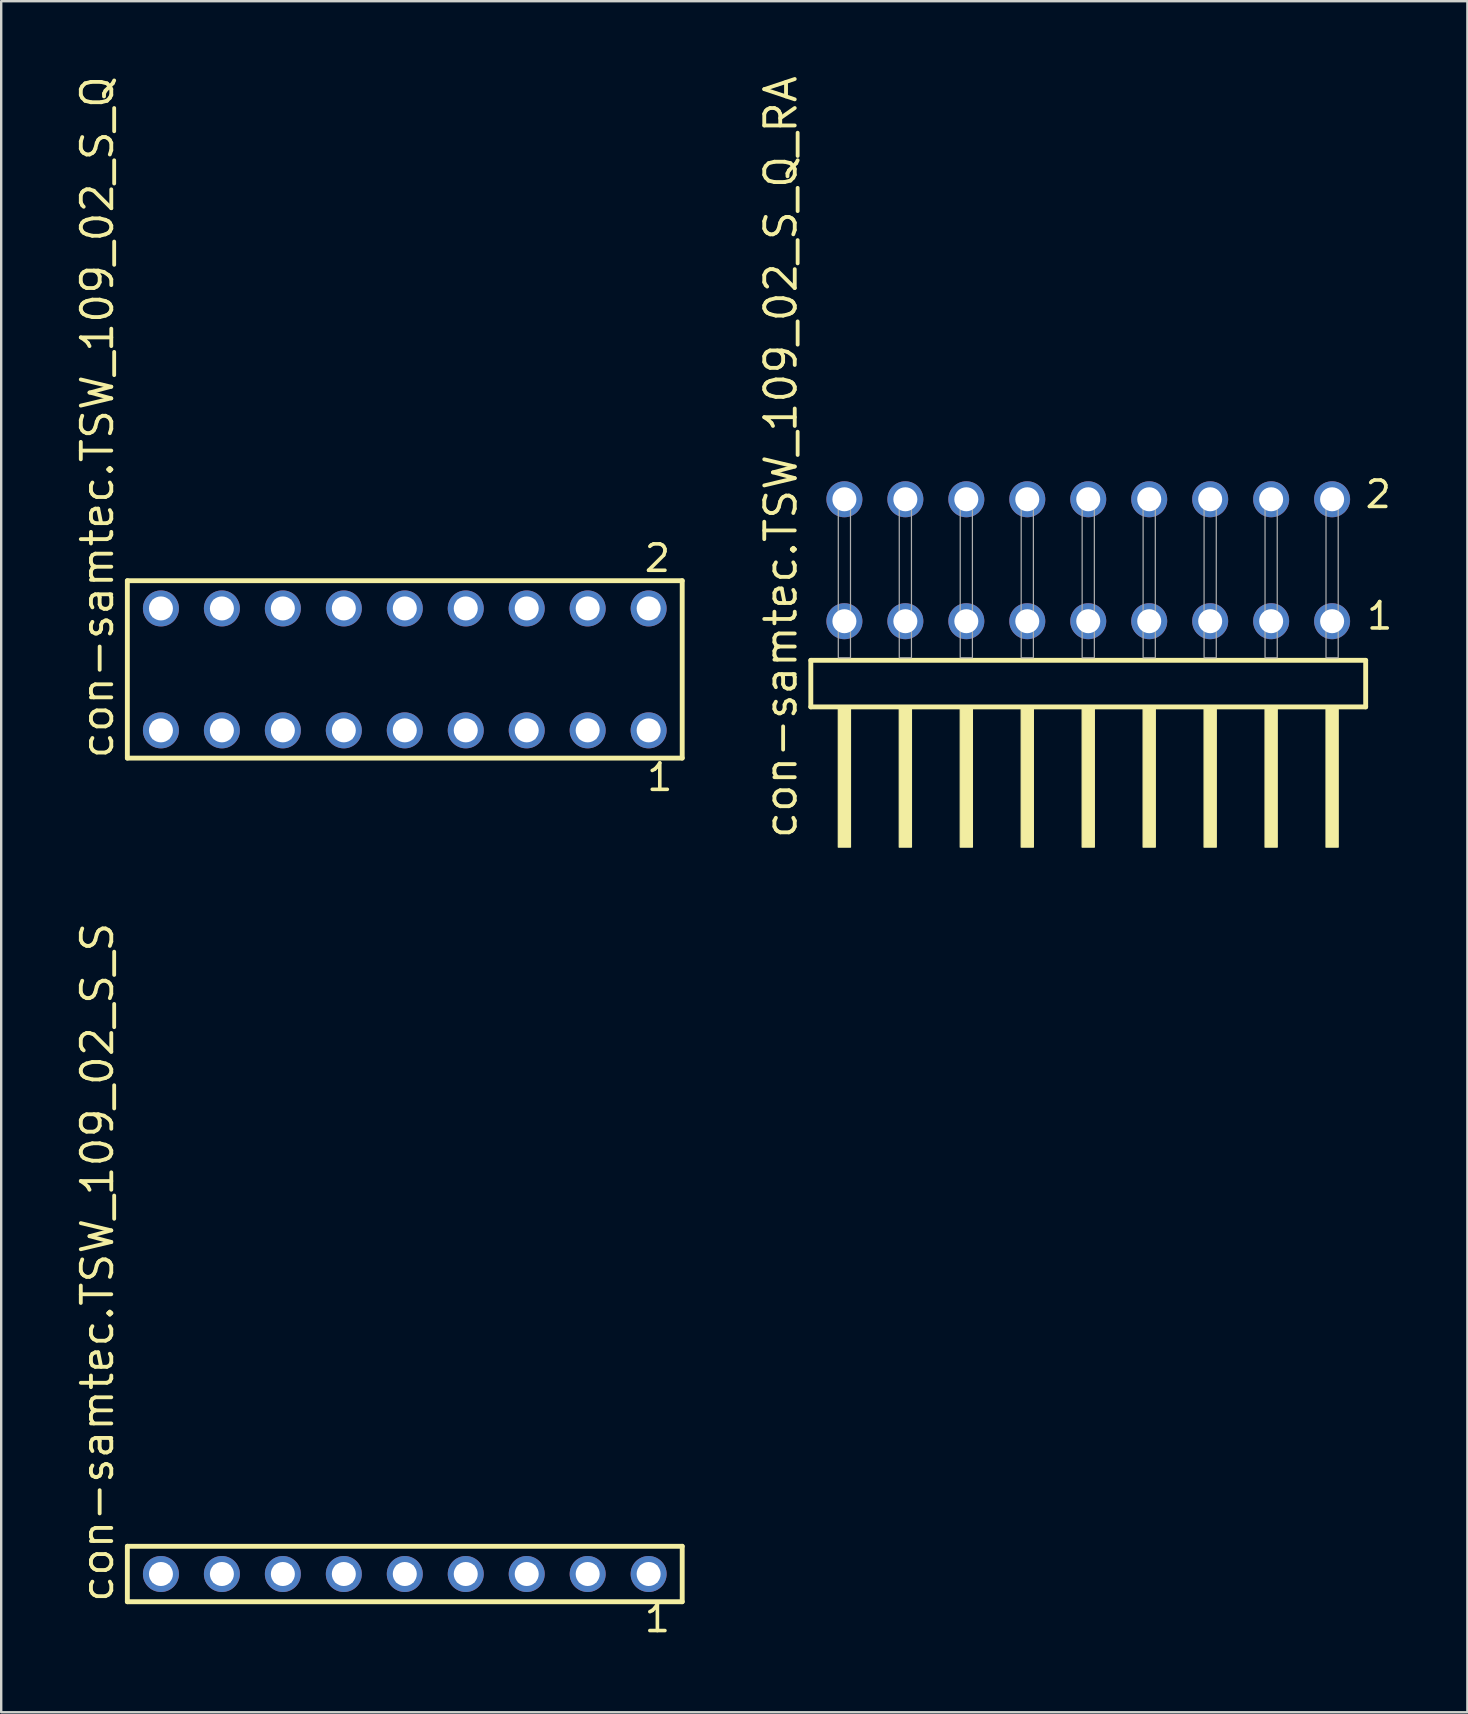
<source format=kicad_pcb>
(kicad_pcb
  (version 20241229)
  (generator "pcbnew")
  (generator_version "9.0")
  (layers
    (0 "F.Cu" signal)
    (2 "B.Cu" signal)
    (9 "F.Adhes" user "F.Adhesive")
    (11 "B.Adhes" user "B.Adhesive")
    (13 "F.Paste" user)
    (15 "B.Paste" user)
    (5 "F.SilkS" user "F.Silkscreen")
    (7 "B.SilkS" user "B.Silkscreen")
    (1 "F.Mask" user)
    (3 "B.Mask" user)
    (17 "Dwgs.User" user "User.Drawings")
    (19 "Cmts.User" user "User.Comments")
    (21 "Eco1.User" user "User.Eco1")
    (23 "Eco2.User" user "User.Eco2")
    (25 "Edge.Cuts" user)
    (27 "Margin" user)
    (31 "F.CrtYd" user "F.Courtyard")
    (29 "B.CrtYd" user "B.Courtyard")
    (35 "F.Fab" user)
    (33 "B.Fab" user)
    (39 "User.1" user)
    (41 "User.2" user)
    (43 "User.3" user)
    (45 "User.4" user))
  (footprint "con-samtec.TSW_109_02_S_Q"
    (layer "F.Cu")
    (at 13.815 24.84)
    (property "Reference" "con-samtec.TSW_109_02_S_Q" (at -12.065 3.81 90) (layer "F.SilkS") (effects (font (size 1.27 1.27) (thickness 0.16)) (justify left bottom)))
    (attr through_hole)
    (fp_line (start -11.559 -3.695) (end 11.559 -3.695) (stroke (width 0.203) (type default)) (layer "F.SilkS"))
    (fp_line (start -11.559 3.695) (end -11.559 -3.695) (stroke (width 0.203) (type default)) (layer "F.SilkS"))
    (fp_line (start 11.559 -3.695) (end 11.559 3.695) (stroke (width 0.203) (type default)) (layer "F.SilkS"))
    (fp_line (start 11.559 3.695) (end -11.559 3.695) (stroke (width 0.203) (type default)) (layer "F.SilkS"))
    (fp_rect (start -10.51 -2.19) (end -9.81 -2.89) (stroke (width 0.05) (type default)) (fill no) (layer "F.Fab"))
    (fp_rect (start -10.51 2.89) (end -9.81 2.19) (stroke (width 0.05) (type default)) (fill no) (layer "F.Fab"))
    (fp_rect (start -7.97 -2.19) (end -7.27 -2.89) (stroke (width 0.05) (type default)) (fill no) (layer "F.Fab"))
    (fp_rect (start -7.97 2.89) (end -7.27 2.19) (stroke (width 0.05) (type default)) (fill no) (layer "F.Fab"))
    (fp_rect (start -5.43 -2.19) (end -4.73 -2.89) (stroke (width 0.05) (type default)) (fill no) (layer "F.Fab"))
    (fp_rect (start -5.43 2.89) (end -4.73 2.19) (stroke (width 0.05) (type default)) (fill no) (layer "F.Fab"))
    (fp_rect (start -2.89 -2.19) (end -2.19 -2.89) (stroke (width 0.05) (type default)) (fill no) (layer "F.Fab"))
    (fp_rect (start -2.89 2.89) (end -2.19 2.19) (stroke (width 0.05) (type default)) (fill no) (layer "F.Fab"))
    (fp_rect (start -0.35 -2.19) (end 0.35 -2.89) (stroke (width 0.05) (type default)) (fill no) (layer "F.Fab"))
    (fp_rect (start -0.35 2.89) (end 0.35 2.19) (stroke (width 0.05) (type default)) (fill no) (layer "F.Fab"))
    (fp_rect (start 2.19 -2.19) (end 2.89 -2.89) (stroke (width 0.05) (type default)) (fill no) (layer "F.Fab"))
    (fp_rect (start 2.19 2.89) (end 2.89 2.19) (stroke (width 0.05) (type default)) (fill no) (layer "F.Fab"))
    (fp_rect (start 4.73 -2.19) (end 5.43 -2.89) (stroke (width 0.05) (type default)) (fill no) (layer "F.Fab"))
    (fp_rect (start 4.73 2.89) (end 5.43 2.19) (stroke (width 0.05) (type default)) (fill no) (layer "F.Fab"))
    (fp_rect (start 7.27 -2.19) (end 7.97 -2.89) (stroke (width 0.05) (type default)) (fill no) (layer "F.Fab"))
    (fp_rect (start 7.27 2.89) (end 7.97 2.19) (stroke (width 0.05) (type default)) (fill no) (layer "F.Fab"))
    (fp_rect (start 9.81 -2.19) (end 10.51 -2.89) (stroke (width 0.05) (type default)) (fill no) (layer "F.Fab"))
    (fp_rect (start 9.81 2.89) (end 10.51 2.19) (stroke (width 0.05) (type default)) (fill no) (layer "F.Fab"))
    (fp_text user "1" (at 10.002 5.138 0) (layer "F.SilkS") (effects (font (size 1.1 1.1) (thickness 0.15)) (justify left bottom)))
    (fp_text user "2" (at 9.902 -3.989 0) (layer "F.SilkS") (effects (font (size 1.1 1.1) (thickness 0.15)) (justify left bottom)))
    (pad "1" thru_hole circle (at 10.16 2.54 180) (size 1.5 1.5) (drill 1) (layers "*.Cu" "*.Mask"))
    (pad "2" thru_hole circle (at 10.16 -2.54 180) (size 1.5 1.5) (drill 1) (layers "*.Cu" "*.Mask"))
    (pad "3" thru_hole circle (at 7.62 2.54 180) (size 1.5 1.5) (drill 1) (layers "*.Cu" "*.Mask"))
    (pad "4" thru_hole circle (at 7.62 -2.54 180) (size 1.5 1.5) (drill 1) (layers "*.Cu" "*.Mask"))
    (pad "5" thru_hole circle (at 5.08 2.54 180) (size 1.5 1.5) (drill 1) (layers "*.Cu" "*.Mask"))
    (pad "6" thru_hole circle (at 5.08 -2.54 180) (size 1.5 1.5) (drill 1) (layers "*.Cu" "*.Mask"))
    (pad "7" thru_hole circle (at 2.54 2.54 180) (size 1.5 1.5) (drill 1) (layers "*.Cu" "*.Mask"))
    (pad "8" thru_hole circle (at 2.54 -2.54 180) (size 1.5 1.5) (drill 1) (layers "*.Cu" "*.Mask"))
    (pad "9" thru_hole circle (at 0 2.54 180) (size 1.5 1.5) (drill 1) (layers "*.Cu" "*.Mask"))
    (pad "10" thru_hole circle (at 0 -2.54 180) (size 1.5 1.5) (drill 1) (layers "*.Cu" "*.Mask"))
    (pad "11" thru_hole circle (at -2.54 2.54 180) (size 1.5 1.5) (drill 1) (layers "*.Cu" "*.Mask"))
    (pad "12" thru_hole circle (at -2.54 -2.54 180) (size 1.5 1.5) (drill 1) (layers "*.Cu" "*.Mask"))
    (pad "13" thru_hole circle (at -5.08 2.54 180) (size 1.5 1.5) (drill 1) (layers "*.Cu" "*.Mask"))
    (pad "14" thru_hole circle (at -5.08 -2.54 180) (size 1.5 1.5) (drill 1) (layers "*.Cu" "*.Mask"))
    (pad "15" thru_hole circle (at -7.62 2.54 180) (size 1.5 1.5) (drill 1) (layers "*.Cu" "*.Mask"))
    (pad "16" thru_hole circle (at -7.62 -2.54 180) (size 1.5 1.5) (drill 1) (layers "*.Cu" "*.Mask"))
    (pad "17" thru_hole circle (at -10.16 2.54 180) (size 1.5 1.5) (drill 1) (layers "*.Cu" "*.Mask"))
    (pad "18" thru_hole circle (at -10.16 -2.54 180) (size 1.5 1.5) (drill 1) (layers "*.Cu" "*.Mask")))
  (footprint "con-samtec.TSW_109_02_S_Q_RA"
    (layer "F.Cu")
    (at 42.291 24.356)
    (property "Reference" "con-samtec.TSW_109_02_S_Q_RA" (at -12.065 7.62 90) (layer "F.SilkS") (effects (font (size 1.27 1.27) (thickness 0.16)) (justify left bottom)))
    (attr through_hole)
    (fp_line (start -11.559 0.106) (end -11.559 2.046) (stroke (width 0.203) (type default)) (layer "F.SilkS"))
    (fp_line (start -11.559 2.046) (end 11.559 2.046) (stroke (width 0.203) (type default)) (layer "F.SilkS"))
    (fp_line (start 11.559 0.106) (end -11.559 0.106) (stroke (width 0.203) (type default)) (layer "F.SilkS"))
    (fp_line (start 11.559 2.046) (end 11.559 0.106) (stroke (width 0.203) (type default)) (layer "F.SilkS"))
    (fp_rect (start -10.414 7.89) (end -9.906 2.04) (stroke (width 0.05) (type default)) (fill yes) (layer "F.SilkS"))
    (fp_rect (start -7.874 7.89) (end -7.366 2.04) (stroke (width 0.05) (type default)) (fill yes) (layer "F.SilkS"))
    (fp_rect (start -5.334 7.89) (end -4.826 2.04) (stroke (width 0.05) (type default)) (fill yes) (layer "F.SilkS"))
    (fp_rect (start -2.794 7.89) (end -2.286 2.04) (stroke (width 0.05) (type default)) (fill yes) (layer "F.SilkS"))
    (fp_rect (start -0.254 7.89) (end 0.254 2.04) (stroke (width 0.05) (type default)) (fill yes) (layer "F.SilkS"))
    (fp_rect (start 2.286 7.89) (end 2.794 2.04) (stroke (width 0.05) (type default)) (fill yes) (layer "F.SilkS"))
    (fp_rect (start 4.826 7.89) (end 5.334 2.04) (stroke (width 0.05) (type default)) (fill yes) (layer "F.SilkS"))
    (fp_rect (start 7.366 7.89) (end 7.874 2.04) (stroke (width 0.05) (type default)) (fill yes) (layer "F.SilkS"))
    (fp_rect (start 9.906 7.89) (end 10.414 2.04) (stroke (width 0.05) (type default)) (fill yes) (layer "F.SilkS"))
    (fp_rect (start -10.414 0) (end -9.906 -6.858) (stroke (width 0.05) (type default)) (fill no) (layer "F.Fab"))
    (fp_rect (start -7.874 0) (end -7.366 -6.858) (stroke (width 0.05) (type default)) (fill no) (layer "F.Fab"))
    (fp_rect (start -5.334 0) (end -4.826 -6.858) (stroke (width 0.05) (type default)) (fill no) (layer "F.Fab"))
    (fp_rect (start -2.794 0) (end -2.286 -6.858) (stroke (width 0.05) (type default)) (fill no) (layer "F.Fab"))
    (fp_rect (start -0.254 0) (end 0.254 -6.858) (stroke (width 0.05) (type default)) (fill no) (layer "F.Fab"))
    (fp_rect (start 2.286 0) (end 2.794 -6.858) (stroke (width 0.05) (type default)) (fill no) (layer "F.Fab"))
    (fp_rect (start 4.826 0) (end 5.334 -6.858) (stroke (width 0.05) (type default)) (fill no) (layer "F.Fab"))
    (fp_rect (start 7.366 0) (end 7.874 -6.858) (stroke (width 0.05) (type default)) (fill no) (layer "F.Fab"))
    (fp_rect (start 9.906 0) (end 10.414 -6.858) (stroke (width 0.05) (type default)) (fill no) (layer "F.Fab"))
    (fp_text user "1" (at 11.52 -1.1 0) (layer "F.SilkS") (effects (font (size 1.1 1.1) (thickness 0.15)) (justify left bottom)))
    (fp_text user "2" (at 11.46 -6.165 0) (layer "F.SilkS") (effects (font (size 1.1 1.1) (thickness 0.15)) (justify left bottom)))
    (pad "1" thru_hole circle (at 10.16 -1.524 180) (size 1.5 1.5) (drill 1) (layers "*.Cu" "*.Mask"))
    (pad "2" thru_hole circle (at 10.16 -6.604 180) (size 1.5 1.5) (drill 1) (layers "*.Cu" "*.Mask"))
    (pad "3" thru_hole circle (at 7.62 -1.524 180) (size 1.5 1.5) (drill 1) (layers "*.Cu" "*.Mask"))
    (pad "4" thru_hole circle (at 7.62 -6.604 180) (size 1.5 1.5) (drill 1) (layers "*.Cu" "*.Mask"))
    (pad "5" thru_hole circle (at 5.08 -1.524 180) (size 1.5 1.5) (drill 1) (layers "*.Cu" "*.Mask"))
    (pad "6" thru_hole circle (at 5.08 -6.604 180) (size 1.5 1.5) (drill 1) (layers "*.Cu" "*.Mask"))
    (pad "7" thru_hole circle (at 2.54 -1.524 180) (size 1.5 1.5) (drill 1) (layers "*.Cu" "*.Mask"))
    (pad "8" thru_hole circle (at 2.54 -6.604 180) (size 1.5 1.5) (drill 1) (layers "*.Cu" "*.Mask"))
    (pad "9" thru_hole circle (at 0 -1.524 180) (size 1.5 1.5) (drill 1) (layers "*.Cu" "*.Mask"))
    (pad "10" thru_hole circle (at 0 -6.604 180) (size 1.5 1.5) (drill 1) (layers "*.Cu" "*.Mask"))
    (pad "11" thru_hole circle (at -2.54 -1.524 180) (size 1.5 1.5) (drill 1) (layers "*.Cu" "*.Mask"))
    (pad "12" thru_hole circle (at -2.54 -6.604 180) (size 1.5 1.5) (drill 1) (layers "*.Cu" "*.Mask"))
    (pad "13" thru_hole circle (at -5.08 -1.524 180) (size 1.5 1.5) (drill 1) (layers "*.Cu" "*.Mask"))
    (pad "14" thru_hole circle (at -5.08 -6.604 180) (size 1.5 1.5) (drill 1) (layers "*.Cu" "*.Mask"))
    (pad "15" thru_hole circle (at -7.62 -1.524 180) (size 1.5 1.5) (drill 1) (layers "*.Cu" "*.Mask"))
    (pad "16" thru_hole circle (at -7.62 -6.604 180) (size 1.5 1.5) (drill 1) (layers "*.Cu" "*.Mask"))
    (pad "17" thru_hole circle (at -10.16 -1.524 180) (size 1.5 1.5) (drill 1) (layers "*.Cu" "*.Mask"))
    (pad "18" thru_hole circle (at -10.16 -6.604 180) (size 1.5 1.5) (drill 1) (layers "*.Cu" "*.Mask")))
  (footprint "con-samtec.TSW_109_02_S_S"
    (layer "F.Cu")
    (at 13.815 62.53)
    (property "Reference" "con-samtec.TSW_109_02_S_S" (at -12.065 1.27 90) (layer "F.SilkS") (effects (font (size 1.27 1.27) (thickness 0.16)) (justify left bottom)))
    (attr through_hole)
    (fp_line (start -11.559 -1.155) (end 11.559 -1.155) (stroke (width 0.203) (type default)) (layer "F.SilkS"))
    (fp_line (start -11.559 1.155) (end -11.559 -1.155) (stroke (width 0.203) (type default)) (layer "F.SilkS"))
    (fp_line (start 11.559 -1.155) (end 11.559 1.155) (stroke (width 0.203) (type default)) (layer "F.SilkS"))
    (fp_line (start 11.559 1.155) (end -11.559 1.155) (stroke (width 0.203) (type default)) (layer "F.SilkS"))
    (fp_rect (start -10.51 0.35) (end -9.81 -0.35) (stroke (width 0.05) (type default)) (fill no) (layer "F.Fab"))
    (fp_rect (start -7.97 0.35) (end -7.27 -0.35) (stroke (width 0.05) (type default)) (fill no) (layer "F.Fab"))
    (fp_rect (start -5.43 0.35) (end -4.73 -0.35) (stroke (width 0.05) (type default)) (fill no) (layer "F.Fab"))
    (fp_rect (start -2.89 0.35) (end -2.19 -0.35) (stroke (width 0.05) (type default)) (fill no) (layer "F.Fab"))
    (fp_rect (start -0.35 0.35) (end 0.35 -0.35) (stroke (width 0.05) (type default)) (fill no) (layer "F.Fab"))
    (fp_rect (start 2.19 0.35) (end 2.89 -0.35) (stroke (width 0.05) (type default)) (fill no) (layer "F.Fab"))
    (fp_rect (start 4.73 0.35) (end 5.43 -0.35) (stroke (width 0.05) (type default)) (fill no) (layer "F.Fab"))
    (fp_rect (start 7.27 0.35) (end 7.97 -0.35) (stroke (width 0.05) (type default)) (fill no) (layer "F.Fab"))
    (fp_rect (start 9.81 0.35) (end 10.51 -0.35) (stroke (width 0.05) (type default)) (fill no) (layer "F.Fab"))
    (fp_text user "1" (at 9.902 2.498 0) (layer "F.SilkS") (effects (font (size 1.1 1.1) (thickness 0.15)) (justify left bottom)))
    (pad "1" thru_hole circle (at 10.16 0 180) (size 1.5 1.5) (drill 1) (layers "*.Cu" "*.Mask"))
    (pad "2" thru_hole circle (at 7.62 0 180) (size 1.5 1.5) (drill 1) (layers "*.Cu" "*.Mask"))
    (pad "3" thru_hole circle (at 5.08 0 180) (size 1.5 1.5) (drill 1) (layers "*.Cu" "*.Mask"))
    (pad "4" thru_hole circle (at 2.54 0 180) (size 1.5 1.5) (drill 1) (layers "*.Cu" "*.Mask"))
    (pad "5" thru_hole circle (at 0 0 180) (size 1.5 1.5) (drill 1) (layers "*.Cu" "*.Mask"))
    (pad "6" thru_hole circle (at -2.54 0 180) (size 1.5 1.5) (drill 1) (layers "*.Cu" "*.Mask"))
    (pad "7" thru_hole circle (at -5.08 0 180) (size 1.5 1.5) (drill 1) (layers "*.Cu" "*.Mask"))
    (pad "8" thru_hole circle (at -7.62 0 180) (size 1.5 1.5) (drill 1) (layers "*.Cu" "*.Mask"))
    (pad "9" thru_hole circle (at -10.16 0 180) (size 1.5 1.5) (drill 1) (layers "*.Cu" "*.Mask")))
  (gr_rect
    (start -3 -3)
    (end 58.088 68.291)
    (stroke (width 0.1) (type default))
    (fill no)
    (layer "Edge.Cuts")))
</source>
